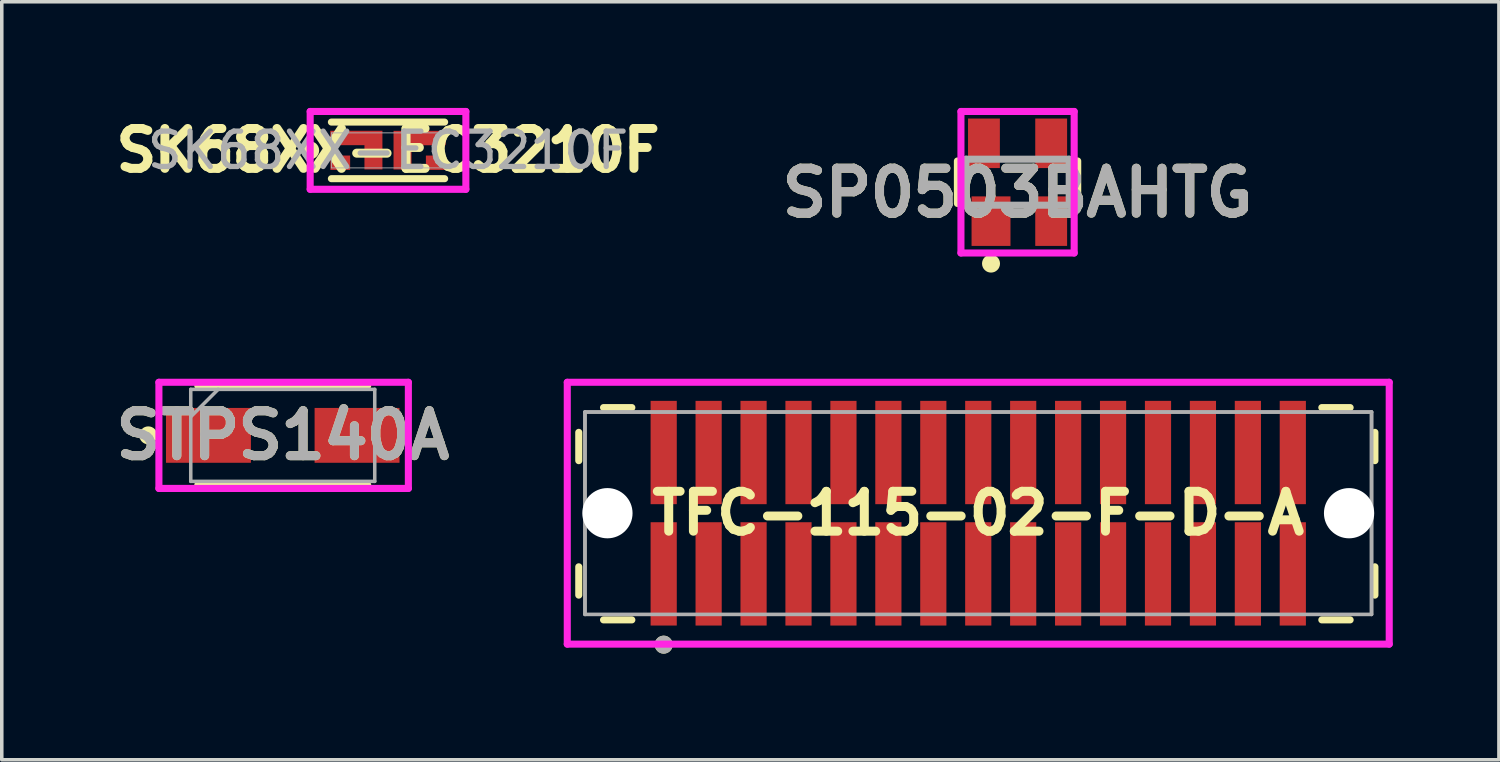
<source format=kicad_pcb>
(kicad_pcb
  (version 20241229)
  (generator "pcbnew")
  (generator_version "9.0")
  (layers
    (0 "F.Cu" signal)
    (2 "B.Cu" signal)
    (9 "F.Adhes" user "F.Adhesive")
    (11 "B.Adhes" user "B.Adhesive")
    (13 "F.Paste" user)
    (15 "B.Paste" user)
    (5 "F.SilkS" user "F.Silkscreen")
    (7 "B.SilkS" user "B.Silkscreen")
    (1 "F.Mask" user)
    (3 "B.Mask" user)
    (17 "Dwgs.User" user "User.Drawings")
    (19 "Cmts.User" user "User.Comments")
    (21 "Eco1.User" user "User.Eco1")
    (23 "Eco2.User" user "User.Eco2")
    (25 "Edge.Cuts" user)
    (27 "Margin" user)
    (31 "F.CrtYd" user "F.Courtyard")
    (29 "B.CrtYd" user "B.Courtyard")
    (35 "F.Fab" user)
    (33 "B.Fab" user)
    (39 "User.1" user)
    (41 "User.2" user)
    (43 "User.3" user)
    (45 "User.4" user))
  (footprint "SK68XX-EC3210F"
    (layer "F.Cu")
    (at 7.916 1.2)
    (property "Reference" "SK68XX-EC3210F" (at 0 0 0) (unlocked yes) (layer "F.SilkS") (effects (font (size 1.127 1.127) (thickness 0.254) (bold yes))))
    (attr smd)
    (fp_line (start -1.6 -0.8) (end 1.6 -0.8) (stroke (width 0.2) (type default)) (layer "F.SilkS"))
    (fp_line (start -1.6 0.8) (end 1.6 0.8) (stroke (width 0.2) (type default)) (layer "F.SilkS"))
    (fp_circle (center -2.2 0) (end -2.073 0) (stroke (width 0.254) (type default)) (fill no) (layer "F.SilkS"))
    (fp_line (start -2.2 -1.1) (end -2.2 1.1) (stroke (width 0.2) (type default)) (layer "F.CrtYd"))
    (fp_line (start -2.2 1.1) (end 2.2 1.1) (stroke (width 0.2) (type default)) (layer "F.CrtYd"))
    (fp_line (start 2.2 -1.1) (end -2.2 -1.1) (stroke (width 0.2) (type default)) (layer "F.CrtYd"))
    (fp_line (start 2.2 1.1) (end 2.2 -1.1) (stroke (width 0.2) (type default)) (layer "F.CrtYd"))
    (fp_line (start -1.6 -0.495) (end -1.6 0.495) (stroke (width 0.025) (type solid)) (layer "F.Fab"))
    (fp_line (start -1.6 0.495) (end 1.6 0.495) (stroke (width 0.025) (type solid)) (layer "F.Fab"))
    (fp_line (start 1.6 -0.495) (end -1.6 -0.495) (stroke (width 0.025) (type solid)) (layer "F.Fab"))
    (fp_text user "${REFERENCE}" (at 0 0 0) (unlocked yes) (layer "F.Fab") (effects (font (size 1 1) (thickness 0.15))))
    (pad "1" smd custom (at -0.361 -0.249 270) (size 0.559 0.406) (layers "F.Cu" "F.Mask" "F.Paste") (options (anchor rect)) (primitives (gr_poly (pts (xy -0.305 1.27) (xy -0.305 -0.203) (xy 0.787 -0.203) (xy 0.787 0.305) (xy 0.102 0.305) (xy 0.102 1.27)) (width 0) (fill yes))))
    (pad "2" smd rect (at -1.35 0.349) (size 0.559 0.406) (layers "F.Cu" "F.Mask" "F.Paste"))
    (pad "3" smd rect (at 1.35 0.349) (size 0.559 0.406) (layers "F.Cu" "F.Mask" "F.Paste"))
    (pad "4" smd custom (at 0.359 -0.247 90) (size 0.559 0.406) (layers "F.Cu" "F.Mask" "F.Paste") (options (anchor rect)) (primitives (gr_poly (pts (xy 0.305 1.27) (xy 0.305 -0.203) (xy -0.787 -0.203) (xy -0.787 0.305) (xy -0.102 0.305) (xy -0.102 1.27)) (width 0) (fill yes)))))
  (footprint "TFC-115-02-F-D-A"
    (layer "F.Cu")
    (at 24.597 11.454)
    (property "Reference" "TFC-115-02-F-D-A" (at 0 0 0) (layer "F.SilkS") (effects (font (size 1.127 1.127) (thickness 0.254) (bold yes))))
    (attr smd)
    (fp_line (start -11.29 -1.485) (end -11.29 -2.285) (stroke (width 0.2) (type solid)) (layer "F.SilkS"))
    (fp_line (start -11.29 1.515) (end -11.29 2.315) (stroke (width 0.2) (type solid)) (layer "F.SilkS"))
    (fp_line (start -9.79 -2.985) (end -10.59 -2.985) (stroke (width 0.2) (type solid)) (layer "F.SilkS"))
    (fp_line (start -9.79 3.015) (end -10.59 3.015) (stroke (width 0.2) (type solid)) (layer "F.SilkS"))
    (fp_line (start 9.71 -2.985) (end 10.51 -2.985) (stroke (width 0.2) (type solid)) (layer "F.SilkS"))
    (fp_line (start 9.71 3.015) (end 10.51 3.015) (stroke (width 0.2) (type solid)) (layer "F.SilkS"))
    (fp_line (start 11.21 -1.485) (end 11.21 -2.285) (stroke (width 0.2) (type solid)) (layer "F.SilkS"))
    (fp_line (start 11.21 1.515) (end 11.21 2.315) (stroke (width 0.2) (type solid)) (layer "F.SilkS"))
    (fp_circle (center -8.89 3.715) (end -8.763 3.715) (stroke (width 0.254) (type solid)) (fill no) (layer "F.SilkS"))
    (fp_line (start -11.615 -3.7) (end 11.615 -3.7) (stroke (width 0.2) (type solid)) (layer "F.CrtYd"))
    (fp_line (start -11.615 3.7) (end -11.615 -3.7) (stroke (width 0.2) (type solid)) (layer "F.CrtYd"))
    (fp_line (start 11.615 -3.7) (end 11.615 3.7) (stroke (width 0.2) (type solid)) (layer "F.CrtYd"))
    (fp_line (start 11.615 3.7) (end -11.615 3.7) (stroke (width 0.2) (type solid)) (layer "F.CrtYd"))
    (fp_line (start -11.115 -2.86) (end 11.115 -2.86) (stroke (width 0.1) (type solid)) (layer "F.Fab"))
    (fp_line (start -11.115 -2.86) (end 11.115 -2.86) (stroke (width 0.1) (type solid)) (layer "F.Fab"))
    (fp_line (start -11.115 2.86) (end -11.115 -2.86) (stroke (width 0.1) (type solid)) (layer "F.Fab"))
    (fp_line (start -11.115 2.86) (end -11.115 -2.86) (stroke (width 0.1) (type solid)) (layer "F.Fab"))
    (fp_line (start 11.115 -2.86) (end 11.115 2.86) (stroke (width 0.1) (type solid)) (layer "F.Fab"))
    (fp_line (start 11.115 -2.86) (end 11.115 2.86) (stroke (width 0.1) (type solid)) (layer "F.Fab"))
    (fp_line (start 11.115 2.86) (end -11.115 2.86) (stroke (width 0.1) (type solid)) (layer "F.Fab"))
    (fp_circle (center -8.89 3.715) (end -8.763 3.715) (stroke (width 0.254) (type solid)) (fill no) (layer "F.Fab"))
    (pad "" np_thru_hole circle (at -10.48 0) (size 1.42 1.42) (drill 1.42) (layers "*.Cu" "*.Mask"))
    (pad "" np_thru_hole circle (at 10.48 0) (size 1.42 1.42) (drill 1.42) (layers "*.Cu" "*.Mask"))
    (pad "01" smd rect (at -8.89 1.715) (size 0.74 2.92) (layers "F.Cu" "F.Mask" "F.Paste"))
    (pad "02" smd rect (at -8.89 -1.715) (size 0.74 2.92) (layers "F.Cu" "F.Mask" "F.Paste"))
    (pad "03" smd rect (at -7.62 1.715) (size 0.74 2.92) (layers "F.Cu" "F.Mask" "F.Paste"))
    (pad "04" smd rect (at -7.62 -1.715) (size 0.74 2.92) (layers "F.Cu" "F.Mask" "F.Paste"))
    (pad "05" smd rect (at -6.35 1.715) (size 0.74 2.92) (layers "F.Cu" "F.Mask" "F.Paste"))
    (pad "06" smd rect (at -6.35 -1.715) (size 0.74 2.92) (layers "F.Cu" "F.Mask" "F.Paste"))
    (pad "07" smd rect (at -5.08 1.715) (size 0.74 2.92) (layers "F.Cu" "F.Mask" "F.Paste"))
    (pad "08" smd rect (at -5.08 -1.715) (size 0.74 2.92) (layers "F.Cu" "F.Mask" "F.Paste"))
    (pad "09" smd rect (at -3.81 1.715) (size 0.74 2.92) (layers "F.Cu" "F.Mask" "F.Paste"))
    (pad "10" smd rect (at -3.81 -1.715) (size 0.74 2.92) (layers "F.Cu" "F.Mask" "F.Paste"))
    (pad "11" smd rect (at -2.54 1.715) (size 0.74 2.92) (layers "F.Cu" "F.Mask" "F.Paste"))
    (pad "12" smd rect (at -2.54 -1.715) (size 0.74 2.92) (layers "F.Cu" "F.Mask" "F.Paste"))
    (pad "13" smd rect (at -1.27 1.715) (size 0.74 2.92) (layers "F.Cu" "F.Mask" "F.Paste"))
    (pad "14" smd rect (at -1.27 -1.715) (size 0.74 2.92) (layers "F.Cu" "F.Mask" "F.Paste"))
    (pad "15" smd rect (at 0 1.715) (size 0.74 2.92) (layers "F.Cu" "F.Mask" "F.Paste"))
    (pad "16" smd rect (at 0 -1.715) (size 0.74 2.92) (layers "F.Cu" "F.Mask" "F.Paste"))
    (pad "17" smd rect (at 1.27 1.715) (size 0.74 2.92) (layers "F.Cu" "F.Mask" "F.Paste"))
    (pad "18" smd rect (at 1.27 -1.715) (size 0.74 2.92) (layers "F.Cu" "F.Mask" "F.Paste"))
    (pad "19" smd rect (at 2.54 1.715) (size 0.74 2.92) (layers "F.Cu" "F.Mask" "F.Paste"))
    (pad "20" smd rect (at 2.54 -1.715) (size 0.74 2.92) (layers "F.Cu" "F.Mask" "F.Paste"))
    (pad "21" smd rect (at 3.81 1.715) (size 0.74 2.92) (layers "F.Cu" "F.Mask" "F.Paste"))
    (pad "22" smd rect (at 3.81 -1.715) (size 0.74 2.92) (layers "F.Cu" "F.Mask" "F.Paste"))
    (pad "23" smd rect (at 5.08 1.715) (size 0.74 2.92) (layers "F.Cu" "F.Mask" "F.Paste"))
    (pad "24" smd rect (at 5.08 -1.715) (size 0.74 2.92) (layers "F.Cu" "F.Mask" "F.Paste"))
    (pad "25" smd rect (at 6.35 1.715) (size 0.74 2.92) (layers "F.Cu" "F.Mask" "F.Paste"))
    (pad "26" smd rect (at 6.35 -1.715) (size 0.74 2.92) (layers "F.Cu" "F.Mask" "F.Paste"))
    (pad "27" smd rect (at 7.62 1.715) (size 0.74 2.92) (layers "F.Cu" "F.Mask" "F.Paste"))
    (pad "28" smd rect (at 7.62 -1.715) (size 0.74 2.92) (layers "F.Cu" "F.Mask" "F.Paste"))
    (pad "29" smd rect (at 8.89 1.715) (size 0.74 2.92) (layers "F.Cu" "F.Mask" "F.Paste"))
    (pad "30" smd rect (at 8.89 -1.715) (size 0.74 2.92) (layers "F.Cu" "F.Mask" "F.Paste")))
  (footprint "SP0503BAHTG"
    (layer "F.Cu")
    (at 25.708 2.1)
    (property "Reference" "SP0503BAHTG" (at 0 0.3 0) (layer "F.SilkS") (effects (font (size 1.27 1.27) (thickness 0.254))))
    (attr smd)
    (fp_line (start -1.7 -0.6) (end -1.7 0.6) (stroke (width 0.2) (type default)) (layer "F.SilkS"))
    (fp_line (start 1.7 -0.6) (end 1.7 0.6) (stroke (width 0.2) (type default)) (layer "F.SilkS"))
    (fp_circle (center -0.75 2.3) (end -0.623 2.3) (stroke (width 0.254) (type solid)) (fill no) (layer "F.SilkS"))
    (fp_line (start -1.6 -2) (end 1.6 -2) (stroke (width 0.2) (type solid)) (layer "F.CrtYd"))
    (fp_line (start -1.6 2) (end -1.6 -2) (stroke (width 0.2) (type solid)) (layer "F.CrtYd"))
    (fp_line (start 1.6 -2) (end 1.6 2) (stroke (width 0.2) (type solid)) (layer "F.CrtYd"))
    (fp_line (start 1.6 2) (end -1.6 2) (stroke (width 0.2) (type solid)) (layer "F.CrtYd"))
    (fp_line (start -1.46 -0.65) (end 1.46 -0.65) (stroke (width 0.2) (type solid)) (layer "F.Fab"))
    (fp_line (start -1.46 0.65) (end -1.46 -0.65) (stroke (width 0.2) (type solid)) (layer "F.Fab"))
    (fp_line (start 1.46 -0.65) (end 1.46 0.65) (stroke (width 0.2) (type solid)) (layer "F.Fab"))
    (fp_line (start 1.46 0.65) (end -1.46 0.65) (stroke (width 0.2) (type solid)) (layer "F.Fab"))
    (fp_text user "${REFERENCE}" (at 0 0.3 0) (layer "F.Fab") (effects (font (size 1.27 1.27) (thickness 0.254))))
    (pad "1" smd rect (at -0.75 1.1) (size 1.1 1.4) (layers "F.Cu" "F.Mask" "F.Paste"))
    (pad "2" smd rect (at 0.95 1.1) (size 0.9 1.4) (layers "F.Cu" "F.Mask" "F.Paste"))
    (pad "3" smd rect (at 0.95 -1.1) (size 0.9 1.4) (layers "F.Cu" "F.Mask" "F.Paste"))
    (pad "4" smd rect (at -0.95 -1.1) (size 0.9 1.4) (layers "F.Cu" "F.Mask" "F.Paste")))
  (footprint "STPS140A"
    (layer "F.Cu")
    (at 4.941 9.254)
    (property "Reference" "STPS140A" (at 0 0 0) (layer "F.SilkS") (effects (font (size 1.27 1.27) (thickness 0.254))))
    (attr smd)
    (fp_line (start -2.4 -1.4) (end 2.4 -1.4) (stroke (width 0.2) (type solid)) (layer "F.SilkS"))
    (fp_line (start -2.4 1.4) (end 2.4 1.4) (stroke (width 0.2) (type solid)) (layer "F.SilkS"))
    (fp_circle (center -3.8 0) (end -3.673 0) (stroke (width 0.254) (type default)) (fill no) (layer "F.SilkS"))
    (fp_line (start -3.5 -1.5) (end 3.55 -1.5) (stroke (width 0.2) (type solid)) (layer "F.CrtYd"))
    (fp_line (start -3.5 1.5) (end -3.5 -1.5) (stroke (width 0.2) (type solid)) (layer "F.CrtYd"))
    (fp_line (start 3.55 -1.5) (end 3.55 1.5) (stroke (width 0.2) (type solid)) (layer "F.CrtYd"))
    (fp_line (start 3.55 1.5) (end -3.5 1.5) (stroke (width 0.2) (type solid)) (layer "F.CrtYd"))
    (fp_line (start -2.6 -1.3) (end 2.6 -1.3) (stroke (width 0.1) (type solid)) (layer "F.Fab"))
    (fp_line (start -2.6 -0.525) (end -1.825 -1.3) (stroke (width 0.1) (type solid)) (layer "F.Fab"))
    (fp_line (start -2.6 1.3) (end -2.6 -1.3) (stroke (width 0.1) (type solid)) (layer "F.Fab"))
    (fp_line (start 2.6 -1.3) (end 2.6 1.3) (stroke (width 0.1) (type solid)) (layer "F.Fab"))
    (fp_line (start 2.6 1.3) (end -2.6 1.3) (stroke (width 0.1) (type solid)) (layer "F.Fab"))
    (fp_text user "${REFERENCE}" (at 0 0 0) (layer "F.Fab") (effects (font (size 1.27 1.27) (thickness 0.254))))
    (pad "1" smd rect (at -2.1 0 90) (size 1.55 2.4) (layers "F.Cu" "F.Mask" "F.Paste"))
    (pad "2" smd rect (at 2.1 0 90) (size 1.55 2.4) (layers "F.Cu" "F.Mask" "F.Paste")))
  (gr_rect
    (start -3 -3)
    (end 39.312 18.423)
    (stroke (width 0.1) (type default))
    (fill no)
    (layer "Edge.Cuts")))
</source>
